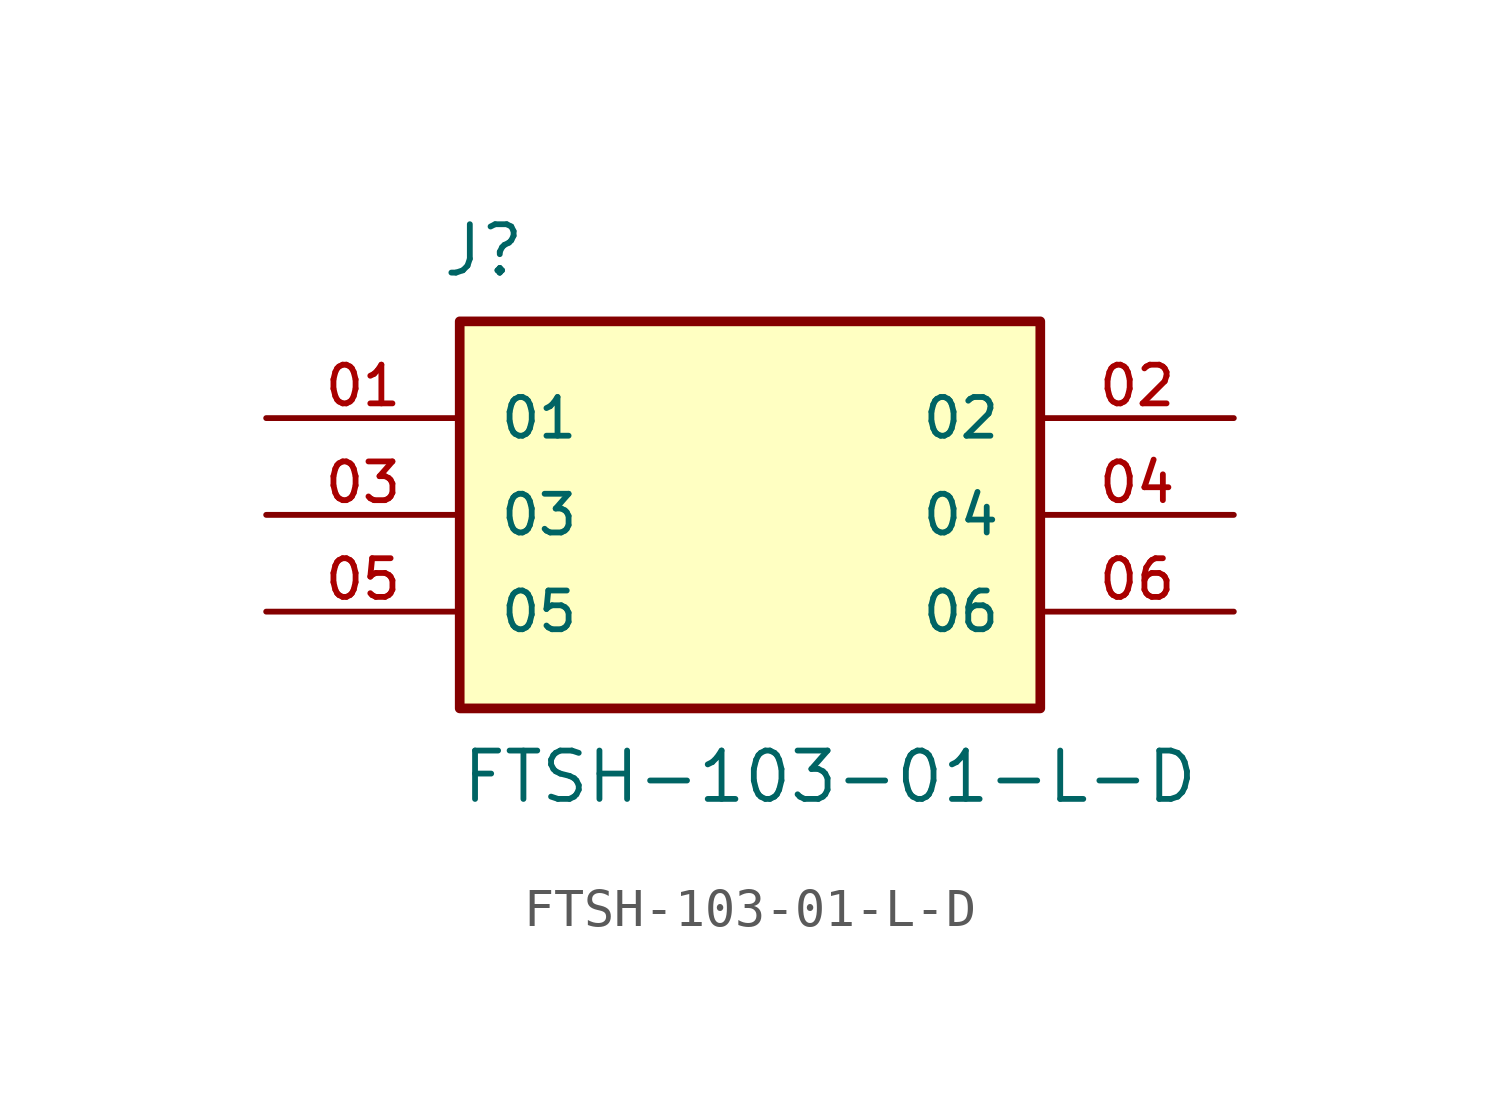
<source format=kicad_sym>
(kicad_symbol_lib
  (version 20211014)
  (generator kicad_symbol_editor)
  (symbol "FTSH-103-01-L-D"
    (pin_names
      (offset 1.016))
    (property "Reference" "J"
      (at -8.12 6.196 0)
      (effects (font (size 1.27 1.27)) (justify bottom left)))
    (property "Value" "FTSH-103-01-L-D"
      (at -7.62 -7.62 0)
      (effects (font (size 1.27 1.27)) (justify bottom left)))
    (symbol "FTSH-103-01-L-D_0_0"
      (rectangle (start -7.62 -5.08) (end 7.62 5.08) (stroke (width 0.254)) (fill (type background)))
      (pin passive line (at -12.7 2.54 0) (length 5.08) (name "01" (effects (font (size 1.016 1.016)))) (number "01" (effects (font (size 1.016 1.016)))))
      (pin passive line (at 12.7 2.54 180.0) (length 5.08) (name "02" (effects (font (size 1.016 1.016)))) (number "02" (effects (font (size 1.016 1.016)))))
      (pin passive line (at -12.7 0.0 0) (length 5.08) (name "03" (effects (font (size 1.016 1.016)))) (number "03" (effects (font (size 1.016 1.016)))))
      (pin passive line (at 12.7 0.0 180.0) (length 5.08) (name "04" (effects (font (size 1.016 1.016)))) (number "04" (effects (font (size 1.016 1.016)))))
      (pin passive line (at -12.7 -2.54 0) (length 5.08) (name "05" (effects (font (size 1.016 1.016)))) (number "05" (effects (font (size 1.016 1.016)))))
      (pin passive line (at 12.7 -2.54 180.0) (length 5.08) (name "06" (effects (font (size 1.016 1.016)))) (number "06" (effects (font (size 1.016 1.016))))))))
</source>
